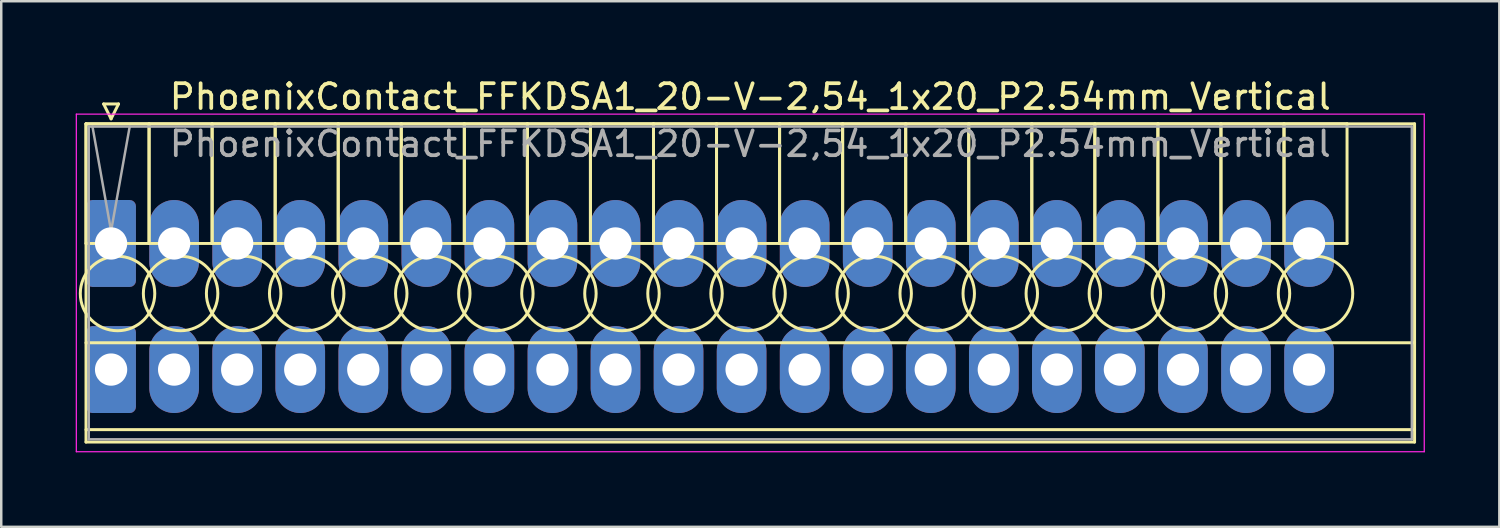
<source format=kicad_pcb>
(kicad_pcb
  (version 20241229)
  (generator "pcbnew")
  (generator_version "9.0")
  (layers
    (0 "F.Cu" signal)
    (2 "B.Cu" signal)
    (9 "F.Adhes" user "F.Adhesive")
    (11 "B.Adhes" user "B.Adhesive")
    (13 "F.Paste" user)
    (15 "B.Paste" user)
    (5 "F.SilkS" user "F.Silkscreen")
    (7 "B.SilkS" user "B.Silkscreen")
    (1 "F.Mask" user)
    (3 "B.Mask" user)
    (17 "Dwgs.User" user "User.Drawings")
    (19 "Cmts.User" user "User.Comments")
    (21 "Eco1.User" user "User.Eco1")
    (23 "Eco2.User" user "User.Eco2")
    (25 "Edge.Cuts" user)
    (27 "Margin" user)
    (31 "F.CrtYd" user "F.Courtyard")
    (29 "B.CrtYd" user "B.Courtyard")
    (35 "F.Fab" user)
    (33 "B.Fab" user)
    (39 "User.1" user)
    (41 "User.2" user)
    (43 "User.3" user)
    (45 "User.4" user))
  (footprint "PhoenixContact_FFKDSA1_20-V-2,54_1x20_P2.54mm_Vertical"
    (layer "F.Cu")
    (at 1.425 6.758)
    (property "Reference" "PhoenixContact_FFKDSA1_20-V-2,54_1x20_P2.54mm_Vertical" (at 25.75 -5.91 0) (layer "F.SilkS") (effects (font (size 1 1) (thickness 0.15))))
    (attr through_hole)
    (fp_line (start -1.01 -4.82) (end -1.01 0) (stroke (width 0.12) (type solid)) (layer "F.SilkS"))
    (fp_line (start -1.01 -4.82) (end -1.01 8) (stroke (width 0.12) (type solid)) (layer "F.SilkS"))
    (fp_line (start -1.01 0) (end 1.53 0) (stroke (width 0.12) (type solid)) (layer "F.SilkS"))
    (fp_line (start -1.01 4) (end 52.51 4) (stroke (width 0.12) (type solid)) (layer "F.SilkS"))
    (fp_line (start -1.01 7.5) (end 52.51 7.5) (stroke (width 0.12) (type solid)) (layer "F.SilkS"))
    (fp_line (start -1.01 8) (end 52.51 8) (stroke (width 0.12) (type solid)) (layer "F.SilkS"))
    (fp_line (start -0.3 -5.62) (end 0.3 -5.62) (stroke (width 0.12) (type solid)) (layer "F.SilkS"))
    (fp_line (start 0 -5.02) (end -0.3 -5.62) (stroke (width 0.12) (type solid)) (layer "F.SilkS"))
    (fp_line (start 0.3 -5.62) (end 0 -5.02) (stroke (width 0.12) (type solid)) (layer "F.SilkS"))
    (fp_line (start 1.53 -4.82) (end -1.01 -4.82) (stroke (width 0.12) (type solid)) (layer "F.SilkS"))
    (fp_line (start 1.53 -4.82) (end 1.53 0) (stroke (width 0.12) (type solid)) (layer "F.SilkS"))
    (fp_line (start 1.53 0) (end 1.53 -4.82) (stroke (width 0.12) (type solid)) (layer "F.SilkS"))
    (fp_line (start 1.53 0) (end 4.07 0) (stroke (width 0.12) (type solid)) (layer "F.SilkS"))
    (fp_line (start 4.07 -4.82) (end 1.53 -4.82) (stroke (width 0.12) (type solid)) (layer "F.SilkS"))
    (fp_line (start 4.07 -4.82) (end 4.07 0) (stroke (width 0.12) (type solid)) (layer "F.SilkS"))
    (fp_line (start 4.07 0) (end 4.07 -4.82) (stroke (width 0.12) (type solid)) (layer "F.SilkS"))
    (fp_line (start 4.07 0) (end 6.61 0) (stroke (width 0.12) (type solid)) (layer "F.SilkS"))
    (fp_line (start 6.61 -4.82) (end 4.07 -4.82) (stroke (width 0.12) (type solid)) (layer "F.SilkS"))
    (fp_line (start 6.61 -4.82) (end 6.61 0) (stroke (width 0.12) (type solid)) (layer "F.SilkS"))
    (fp_line (start 6.61 0) (end 6.61 -4.82) (stroke (width 0.12) (type solid)) (layer "F.SilkS"))
    (fp_line (start 6.61 0) (end 9.15 0) (stroke (width 0.12) (type solid)) (layer "F.SilkS"))
    (fp_line (start 9.15 -4.82) (end 6.61 -4.82) (stroke (width 0.12) (type solid)) (layer "F.SilkS"))
    (fp_line (start 9.15 -4.82) (end 9.15 0) (stroke (width 0.12) (type solid)) (layer "F.SilkS"))
    (fp_line (start 9.15 0) (end 9.15 -4.82) (stroke (width 0.12) (type solid)) (layer "F.SilkS"))
    (fp_line (start 9.15 0) (end 11.69 0) (stroke (width 0.12) (type solid)) (layer "F.SilkS"))
    (fp_line (start 11.69 -4.82) (end 9.15 -4.82) (stroke (width 0.12) (type solid)) (layer "F.SilkS"))
    (fp_line (start 11.69 -4.82) (end 11.69 0) (stroke (width 0.12) (type solid)) (layer "F.SilkS"))
    (fp_line (start 11.69 0) (end 11.69 -4.82) (stroke (width 0.12) (type solid)) (layer "F.SilkS"))
    (fp_line (start 11.69 0) (end 14.23 0) (stroke (width 0.12) (type solid)) (layer "F.SilkS"))
    (fp_line (start 14.23 -4.82) (end 11.69 -4.82) (stroke (width 0.12) (type solid)) (layer "F.SilkS"))
    (fp_line (start 14.23 -4.82) (end 14.23 0) (stroke (width 0.12) (type solid)) (layer "F.SilkS"))
    (fp_line (start 14.23 0) (end 14.23 -4.82) (stroke (width 0.12) (type solid)) (layer "F.SilkS"))
    (fp_line (start 14.23 0) (end 16.77 0) (stroke (width 0.12) (type solid)) (layer "F.SilkS"))
    (fp_line (start 16.77 -4.82) (end 14.23 -4.82) (stroke (width 0.12) (type solid)) (layer "F.SilkS"))
    (fp_line (start 16.77 -4.82) (end 16.77 0) (stroke (width 0.12) (type solid)) (layer "F.SilkS"))
    (fp_line (start 16.77 0) (end 16.77 -4.82) (stroke (width 0.12) (type solid)) (layer "F.SilkS"))
    (fp_line (start 16.77 0) (end 19.31 0) (stroke (width 0.12) (type solid)) (layer "F.SilkS"))
    (fp_line (start 19.31 -4.82) (end 16.77 -4.82) (stroke (width 0.12) (type solid)) (layer "F.SilkS"))
    (fp_line (start 19.31 -4.82) (end 19.31 0) (stroke (width 0.12) (type solid)) (layer "F.SilkS"))
    (fp_line (start 19.31 0) (end 19.31 -4.82) (stroke (width 0.12) (type solid)) (layer "F.SilkS"))
    (fp_line (start 19.31 0) (end 21.85 0) (stroke (width 0.12) (type solid)) (layer "F.SilkS"))
    (fp_line (start 21.85 -4.82) (end 19.31 -4.82) (stroke (width 0.12) (type solid)) (layer "F.SilkS"))
    (fp_line (start 21.85 -4.82) (end 21.85 0) (stroke (width 0.12) (type solid)) (layer "F.SilkS"))
    (fp_line (start 21.85 0) (end 21.85 -4.82) (stroke (width 0.12) (type solid)) (layer "F.SilkS"))
    (fp_line (start 21.85 0) (end 24.39 0) (stroke (width 0.12) (type solid)) (layer "F.SilkS"))
    (fp_line (start 24.39 -4.82) (end 21.85 -4.82) (stroke (width 0.12) (type solid)) (layer "F.SilkS"))
    (fp_line (start 24.39 -4.82) (end 24.39 0) (stroke (width 0.12) (type solid)) (layer "F.SilkS"))
    (fp_line (start 24.39 0) (end 24.39 -4.82) (stroke (width 0.12) (type solid)) (layer "F.SilkS"))
    (fp_line (start 24.39 0) (end 26.93 0) (stroke (width 0.12) (type solid)) (layer "F.SilkS"))
    (fp_line (start 26.93 -4.82) (end 24.39 -4.82) (stroke (width 0.12) (type solid)) (layer "F.SilkS"))
    (fp_line (start 26.93 -4.82) (end 26.93 0) (stroke (width 0.12) (type solid)) (layer "F.SilkS"))
    (fp_line (start 26.93 0) (end 26.93 -4.82) (stroke (width 0.12) (type solid)) (layer "F.SilkS"))
    (fp_line (start 26.93 0) (end 29.47 0) (stroke (width 0.12) (type solid)) (layer "F.SilkS"))
    (fp_line (start 29.47 -4.82) (end 26.93 -4.82) (stroke (width 0.12) (type solid)) (layer "F.SilkS"))
    (fp_line (start 29.47 -4.82) (end 29.47 0) (stroke (width 0.12) (type solid)) (layer "F.SilkS"))
    (fp_line (start 29.47 0) (end 29.47 -4.82) (stroke (width 0.12) (type solid)) (layer "F.SilkS"))
    (fp_line (start 29.47 0) (end 32.01 0) (stroke (width 0.12) (type solid)) (layer "F.SilkS"))
    (fp_line (start 32.01 -4.82) (end 29.47 -4.82) (stroke (width 0.12) (type solid)) (layer "F.SilkS"))
    (fp_line (start 32.01 -4.82) (end 32.01 0) (stroke (width 0.12) (type solid)) (layer "F.SilkS"))
    (fp_line (start 32.01 0) (end 32.01 -4.82) (stroke (width 0.12) (type solid)) (layer "F.SilkS"))
    (fp_line (start 32.01 0) (end 34.55 0) (stroke (width 0.12) (type solid)) (layer "F.SilkS"))
    (fp_line (start 34.55 -4.82) (end 32.01 -4.82) (stroke (width 0.12) (type solid)) (layer "F.SilkS"))
    (fp_line (start 34.55 -4.82) (end 34.55 0) (stroke (width 0.12) (type solid)) (layer "F.SilkS"))
    (fp_line (start 34.55 0) (end 34.55 -4.82) (stroke (width 0.12) (type solid)) (layer "F.SilkS"))
    (fp_line (start 34.55 0) (end 37.09 0) (stroke (width 0.12) (type solid)) (layer "F.SilkS"))
    (fp_line (start 37.09 -4.82) (end 34.55 -4.82) (stroke (width 0.12) (type solid)) (layer "F.SilkS"))
    (fp_line (start 37.09 -4.82) (end 37.09 0) (stroke (width 0.12) (type solid)) (layer "F.SilkS"))
    (fp_line (start 37.09 0) (end 37.09 -4.82) (stroke (width 0.12) (type solid)) (layer "F.SilkS"))
    (fp_line (start 37.09 0) (end 39.63 0) (stroke (width 0.12) (type solid)) (layer "F.SilkS"))
    (fp_line (start 39.63 -4.82) (end 37.09 -4.82) (stroke (width 0.12) (type solid)) (layer "F.SilkS"))
    (fp_line (start 39.63 -4.82) (end 39.63 0) (stroke (width 0.12) (type solid)) (layer "F.SilkS"))
    (fp_line (start 39.63 0) (end 39.63 -4.82) (stroke (width 0.12) (type solid)) (layer "F.SilkS"))
    (fp_line (start 39.63 0) (end 42.17 0) (stroke (width 0.12) (type solid)) (layer "F.SilkS"))
    (fp_line (start 42.17 -4.82) (end 39.63 -4.82) (stroke (width 0.12) (type solid)) (layer "F.SilkS"))
    (fp_line (start 42.17 -4.82) (end 42.17 0) (stroke (width 0.12) (type solid)) (layer "F.SilkS"))
    (fp_line (start 42.17 0) (end 42.17 -4.82) (stroke (width 0.12) (type solid)) (layer "F.SilkS"))
    (fp_line (start 42.17 0) (end 44.71 0) (stroke (width 0.12) (type solid)) (layer "F.SilkS"))
    (fp_line (start 44.71 -4.82) (end 42.17 -4.82) (stroke (width 0.12) (type solid)) (layer "F.SilkS"))
    (fp_line (start 44.71 -4.82) (end 44.71 0) (stroke (width 0.12) (type solid)) (layer "F.SilkS"))
    (fp_line (start 44.71 0) (end 44.71 -4.82) (stroke (width 0.12) (type solid)) (layer "F.SilkS"))
    (fp_line (start 44.71 0) (end 47.25 0) (stroke (width 0.12) (type solid)) (layer "F.SilkS"))
    (fp_line (start 47.25 -4.82) (end 44.71 -4.82) (stroke (width 0.12) (type solid)) (layer "F.SilkS"))
    (fp_line (start 47.25 -4.82) (end 47.25 0) (stroke (width 0.12) (type solid)) (layer "F.SilkS"))
    (fp_line (start 47.25 0) (end 47.25 -4.82) (stroke (width 0.12) (type solid)) (layer "F.SilkS"))
    (fp_line (start 47.25 0) (end 49.79 0) (stroke (width 0.12) (type solid)) (layer "F.SilkS"))
    (fp_line (start 49.79 -4.82) (end 47.25 -4.82) (stroke (width 0.12) (type solid)) (layer "F.SilkS"))
    (fp_line (start 49.79 0) (end 49.79 -4.82) (stroke (width 0.12) (type solid)) (layer "F.SilkS"))
    (fp_line (start 52.51 -4.82) (end -1.01 -4.82) (stroke (width 0.12) (type solid)) (layer "F.SilkS"))
    (fp_line (start 52.51 8) (end 52.51 -4.82) (stroke (width 0.12) (type solid)) (layer "F.SilkS"))
    (fp_circle (center 0.26 2.015) (end 1.76 2.015) (stroke (width 0.12) (type solid)) (fill no) (layer "F.SilkS"))
    (fp_circle (center 2.8 2.015) (end 4.3 2.015) (stroke (width 0.12) (type solid)) (fill no) (layer "F.SilkS"))
    (fp_circle (center 5.34 2.015) (end 6.84 2.015) (stroke (width 0.12) (type solid)) (fill no) (layer "F.SilkS"))
    (fp_circle (center 7.88 2.015) (end 9.38 2.015) (stroke (width 0.12) (type solid)) (fill no) (layer "F.SilkS"))
    (fp_circle (center 10.42 2.015) (end 11.92 2.015) (stroke (width 0.12) (type solid)) (fill no) (layer "F.SilkS"))
    (fp_circle (center 12.96 2.015) (end 14.46 2.015) (stroke (width 0.12) (type solid)) (fill no) (layer "F.SilkS"))
    (fp_circle (center 15.5 2.015) (end 17 2.015) (stroke (width 0.12) (type solid)) (fill no) (layer "F.SilkS"))
    (fp_circle (center 18.04 2.015) (end 19.54 2.015) (stroke (width 0.12) (type solid)) (fill no) (layer "F.SilkS"))
    (fp_circle (center 20.58 2.015) (end 22.08 2.015) (stroke (width 0.12) (type solid)) (fill no) (layer "F.SilkS"))
    (fp_circle (center 23.12 2.015) (end 24.62 2.015) (stroke (width 0.12) (type solid)) (fill no) (layer "F.SilkS"))
    (fp_circle (center 25.66 2.015) (end 27.16 2.015) (stroke (width 0.12) (type solid)) (fill no) (layer "F.SilkS"))
    (fp_circle (center 28.2 2.015) (end 29.7 2.015) (stroke (width 0.12) (type solid)) (fill no) (layer "F.SilkS"))
    (fp_circle (center 30.74 2.015) (end 32.24 2.015) (stroke (width 0.12) (type solid)) (fill no) (layer "F.SilkS"))
    (fp_circle (center 33.28 2.015) (end 34.78 2.015) (stroke (width 0.12) (type solid)) (fill no) (layer "F.SilkS"))
    (fp_circle (center 35.82 2.015) (end 37.32 2.015) (stroke (width 0.12) (type solid)) (fill no) (layer "F.SilkS"))
    (fp_circle (center 38.36 2.015) (end 39.86 2.015) (stroke (width 0.12) (type solid)) (fill no) (layer "F.SilkS"))
    (fp_circle (center 40.9 2.015) (end 42.4 2.015) (stroke (width 0.12) (type solid)) (fill no) (layer "F.SilkS"))
    (fp_circle (center 43.44 2.015) (end 44.94 2.015) (stroke (width 0.12) (type solid)) (fill no) (layer "F.SilkS"))
    (fp_circle (center 45.98 2.015) (end 47.48 2.015) (stroke (width 0.12) (type solid)) (fill no) (layer "F.SilkS"))
    (fp_circle (center 48.52 2.015) (end 50.02 2.015) (stroke (width 0.12) (type solid)) (fill no) (layer "F.SilkS"))
    (fp_line (start -1.4 -5.21) (end -1.4 8.39) (stroke (width 0.05) (type solid)) (layer "F.CrtYd"))
    (fp_line (start -1.4 8.39) (end 52.9 8.39) (stroke (width 0.05) (type solid)) (layer "F.CrtYd"))
    (fp_line (start 52.9 -5.21) (end -1.4 -5.21) (stroke (width 0.05) (type solid)) (layer "F.CrtYd"))
    (fp_line (start 52.9 8.39) (end 52.9 -5.21) (stroke (width 0.05) (type solid)) (layer "F.CrtYd"))
    (fp_line (start -0.9 -4.71) (end -0.9 7.89) (stroke (width 0.1) (type solid)) (layer "F.Fab"))
    (fp_line (start -0.9 7.89) (end 52.4 7.89) (stroke (width 0.1) (type solid)) (layer "F.Fab"))
    (fp_line (start 0 -0.5) (end -0.75 -4.71) (stroke (width 0.1) (type solid)) (layer "F.Fab"))
    (fp_line (start 0.75 -4.71) (end 0 -0.5) (stroke (width 0.1) (type solid)) (layer "F.Fab"))
    (fp_line (start 52.4 -4.71) (end -0.9 -4.71) (stroke (width 0.1) (type solid)) (layer "F.Fab"))
    (fp_line (start 52.4 7.89) (end 52.4 -4.71) (stroke (width 0.1) (type solid)) (layer "F.Fab"))
    (fp_text user "${REFERENCE}" (at 25.75 -4.01 0) (layer "F.Fab") (effects (font (size 1 1) (thickness 0.15))))
    (pad "1" thru_hole roundrect (at 0 0) (size 2 3.5) (drill 1.3) (layers "*.Cu" "*.Mask") (roundrect_rratio 0.125))
    (pad "1" thru_hole roundrect (at 0 5.08) (size 2 3.5) (drill 1.3) (layers "*.Cu" "*.Mask") (roundrect_rratio 0.125))
    (pad "2" thru_hole oval (at 2.54 0) (size 2 3.5) (drill 1.3) (layers "*.Cu" "*.Mask"))
    (pad "2" thru_hole oval (at 2.54 5.08) (size 2 3.5) (drill 1.3) (layers "*.Cu" "*.Mask"))
    (pad "3" thru_hole oval (at 5.08 0) (size 2 3.5) (drill 1.3) (layers "*.Cu" "*.Mask"))
    (pad "3" thru_hole oval (at 5.08 5.08) (size 2 3.5) (drill 1.3) (layers "*.Cu" "*.Mask"))
    (pad "4" thru_hole oval (at 7.62 0) (size 2 3.5) (drill 1.3) (layers "*.Cu" "*.Mask"))
    (pad "4" thru_hole oval (at 7.62 5.08) (size 2 3.5) (drill 1.3) (layers "*.Cu" "*.Mask"))
    (pad "5" thru_hole oval (at 10.16 0) (size 2 3.5) (drill 1.3) (layers "*.Cu" "*.Mask"))
    (pad "5" thru_hole oval (at 10.16 5.08) (size 2 3.5) (drill 1.3) (layers "*.Cu" "*.Mask"))
    (pad "6" thru_hole oval (at 12.7 0) (size 2 3.5) (drill 1.3) (layers "*.Cu" "*.Mask"))
    (pad "6" thru_hole oval (at 12.7 5.08) (size 2 3.5) (drill 1.3) (layers "*.Cu" "*.Mask"))
    (pad "7" thru_hole oval (at 15.24 0) (size 2 3.5) (drill 1.3) (layers "*.Cu" "*.Mask"))
    (pad "7" thru_hole oval (at 15.24 5.08) (size 2 3.5) (drill 1.3) (layers "*.Cu" "*.Mask"))
    (pad "8" thru_hole oval (at 17.78 0) (size 2 3.5) (drill 1.3) (layers "*.Cu" "*.Mask"))
    (pad "8" thru_hole oval (at 17.78 5.08) (size 2 3.5) (drill 1.3) (layers "*.Cu" "*.Mask"))
    (pad "9" thru_hole oval (at 20.32 0) (size 2 3.5) (drill 1.3) (layers "*.Cu" "*.Mask"))
    (pad "9" thru_hole oval (at 20.32 5.08) (size 2 3.5) (drill 1.3) (layers "*.Cu" "*.Mask"))
    (pad "10" thru_hole oval (at 22.86 0) (size 2 3.5) (drill 1.3) (layers "*.Cu" "*.Mask"))
    (pad "10" thru_hole oval (at 22.86 5.08) (size 2 3.5) (drill 1.3) (layers "*.Cu" "*.Mask"))
    (pad "11" thru_hole oval (at 25.4 0) (size 2 3.5) (drill 1.3) (layers "*.Cu" "*.Mask"))
    (pad "11" thru_hole oval (at 25.4 5.08) (size 2 3.5) (drill 1.3) (layers "*.Cu" "*.Mask"))
    (pad "12" thru_hole oval (at 27.94 0) (size 2 3.5) (drill 1.3) (layers "*.Cu" "*.Mask"))
    (pad "12" thru_hole oval (at 27.94 5.08) (size 2 3.5) (drill 1.3) (layers "*.Cu" "*.Mask"))
    (pad "13" thru_hole oval (at 30.48 0) (size 2 3.5) (drill 1.3) (layers "*.Cu" "*.Mask"))
    (pad "13" thru_hole oval (at 30.48 5.08) (size 2 3.5) (drill 1.3) (layers "*.Cu" "*.Mask"))
    (pad "14" thru_hole oval (at 33.02 0) (size 2 3.5) (drill 1.3) (layers "*.Cu" "*.Mask"))
    (pad "14" thru_hole oval (at 33.02 5.08) (size 2 3.5) (drill 1.3) (layers "*.Cu" "*.Mask"))
    (pad "15" thru_hole oval (at 35.56 0) (size 2 3.5) (drill 1.3) (layers "*.Cu" "*.Mask"))
    (pad "15" thru_hole oval (at 35.56 5.08) (size 2 3.5) (drill 1.3) (layers "*.Cu" "*.Mask"))
    (pad "16" thru_hole oval (at 38.1 0) (size 2 3.5) (drill 1.3) (layers "*.Cu" "*.Mask"))
    (pad "16" thru_hole oval (at 38.1 5.08) (size 2 3.5) (drill 1.3) (layers "*.Cu" "*.Mask"))
    (pad "17" thru_hole oval (at 40.64 0) (size 2 3.5) (drill 1.3) (layers "*.Cu" "*.Mask"))
    (pad "17" thru_hole oval (at 40.64 5.08) (size 2 3.5) (drill 1.3) (layers "*.Cu" "*.Mask"))
    (pad "18" thru_hole oval (at 43.18 0) (size 2 3.5) (drill 1.3) (layers "*.Cu" "*.Mask"))
    (pad "18" thru_hole oval (at 43.18 5.08) (size 2 3.5) (drill 1.3) (layers "*.Cu" "*.Mask"))
    (pad "19" thru_hole oval (at 45.72 0) (size 2 3.5) (drill 1.3) (layers "*.Cu" "*.Mask"))
    (pad "19" thru_hole oval (at 45.72 5.08) (size 2 3.5) (drill 1.3) (layers "*.Cu" "*.Mask"))
    (pad "20" thru_hole oval (at 48.26 0) (size 2 3.5) (drill 1.3) (layers "*.Cu" "*.Mask"))
    (pad "20" thru_hole oval (at 48.26 5.08) (size 2 3.5) (drill 1.3) (layers "*.Cu" "*.Mask")))
  (gr_rect
    (start -3 -3)
    (end 57.35 18.173)
    (stroke (width 0.1) (type default))
    (fill no)
    (layer "Edge.Cuts")))
</source>
